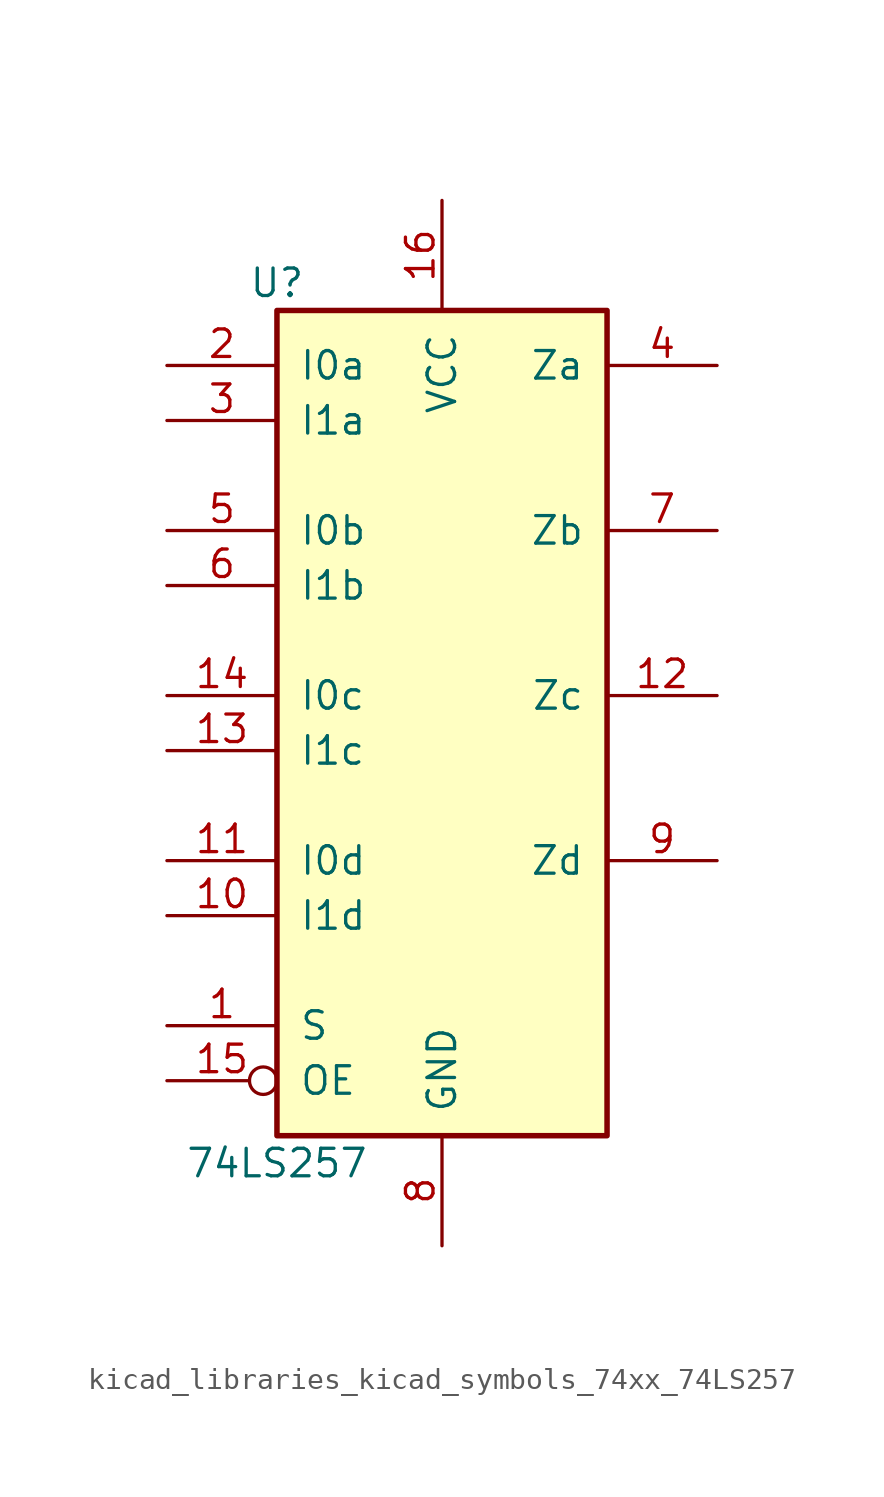
<source format=kicad_sym>
(kicad_symbol_lib
  (version 20220914)
  (generator kicad_symbol_editor)
  (symbol "kicad_libraries_kicad_symbols_74xx_74LS257"
    (pin_names
      (offset 1.016))
    (property "Reference" "U"
      (at -7.62 19.05 0)
      (effects (font (size 1.27 1.27))))
    (property "Value" "74LS257"
      (at -7.62 -21.59 0)
      (effects (font (size 1.27 1.27))))
    (property "ki_locked" ""
      (at 0 0 0)
      (effects (font (size 1.27 1.27))))
    (symbol "kicad_libraries_kicad_symbols_74xx_74LS257_1_0"
      (pin input line (at -12.7 -15.24 0) (length 5.08) (name "S" (effects (font (size 1.27 1.27)))) (number "1" (effects (font (size 1.27 1.27)))))
      (pin input line (at -12.7 -10.16 0) (length 5.08) (name "I1d" (effects (font (size 1.27 1.27)))) (number "10" (effects (font (size 1.27 1.27)))))
      (pin input line (at -12.7 -7.62 0) (length 5.08) (name "I0d" (effects (font (size 1.27 1.27)))) (number "11" (effects (font (size 1.27 1.27)))))
      (pin tri_state line (at 12.7 0 180) (length 5.08) (name "Zc" (effects (font (size 1.27 1.27)))) (number "12" (effects (font (size 1.27 1.27)))))
      (pin input line (at -12.7 -2.54 0) (length 5.08) (name "I1c" (effects (font (size 1.27 1.27)))) (number "13" (effects (font (size 1.27 1.27)))))
      (pin input line (at -12.7 0 0) (length 5.08) (name "I0c" (effects (font (size 1.27 1.27)))) (number "14" (effects (font (size 1.27 1.27)))))
      (pin input inverted (at -12.7 -17.78 0) (length 5.08) (name "OE" (effects (font (size 1.27 1.27)))) (number "15" (effects (font (size 1.27 1.27)))))
      (pin power_in line (at 0 22.86 270) (length 5.08) (name "VCC" (effects (font (size 1.27 1.27)))) (number "16" (effects (font (size 1.27 1.27)))))
      (pin input line (at -12.7 15.24 0) (length 5.08) (name "I0a" (effects (font (size 1.27 1.27)))) (number "2" (effects (font (size 1.27 1.27)))))
      (pin input line (at -12.7 12.7 0) (length 5.08) (name "I1a" (effects (font (size 1.27 1.27)))) (number "3" (effects (font (size 1.27 1.27)))))
      (pin tri_state line (at 12.7 15.24 180) (length 5.08) (name "Za" (effects (font (size 1.27 1.27)))) (number "4" (effects (font (size 1.27 1.27)))))
      (pin input line (at -12.7 7.62 0) (length 5.08) (name "I0b" (effects (font (size 1.27 1.27)))) (number "5" (effects (font (size 1.27 1.27)))))
      (pin input line (at -12.7 5.08 0) (length 5.08) (name "I1b" (effects (font (size 1.27 1.27)))) (number "6" (effects (font (size 1.27 1.27)))))
      (pin tri_state line (at 12.7 7.62 180) (length 5.08) (name "Zb" (effects (font (size 1.27 1.27)))) (number "7" (effects (font (size 1.27 1.27)))))
      (pin power_in line (at 0 -25.4 90) (length 5.08) (name "GND" (effects (font (size 1.27 1.27)))) (number "8" (effects (font (size 1.27 1.27)))))
      (pin tri_state line (at 12.7 -7.62 180) (length 5.08) (name "Zd" (effects (font (size 1.27 1.27)))) (number "9" (effects (font (size 1.27 1.27))))))
    (symbol "kicad_libraries_kicad_symbols_74xx_74LS257_1_1"
      (rectangle (start -7.62 17.78) (end 7.62 -20.32) (stroke (width 0.254) (type default)) (fill (type background))))))
</source>
